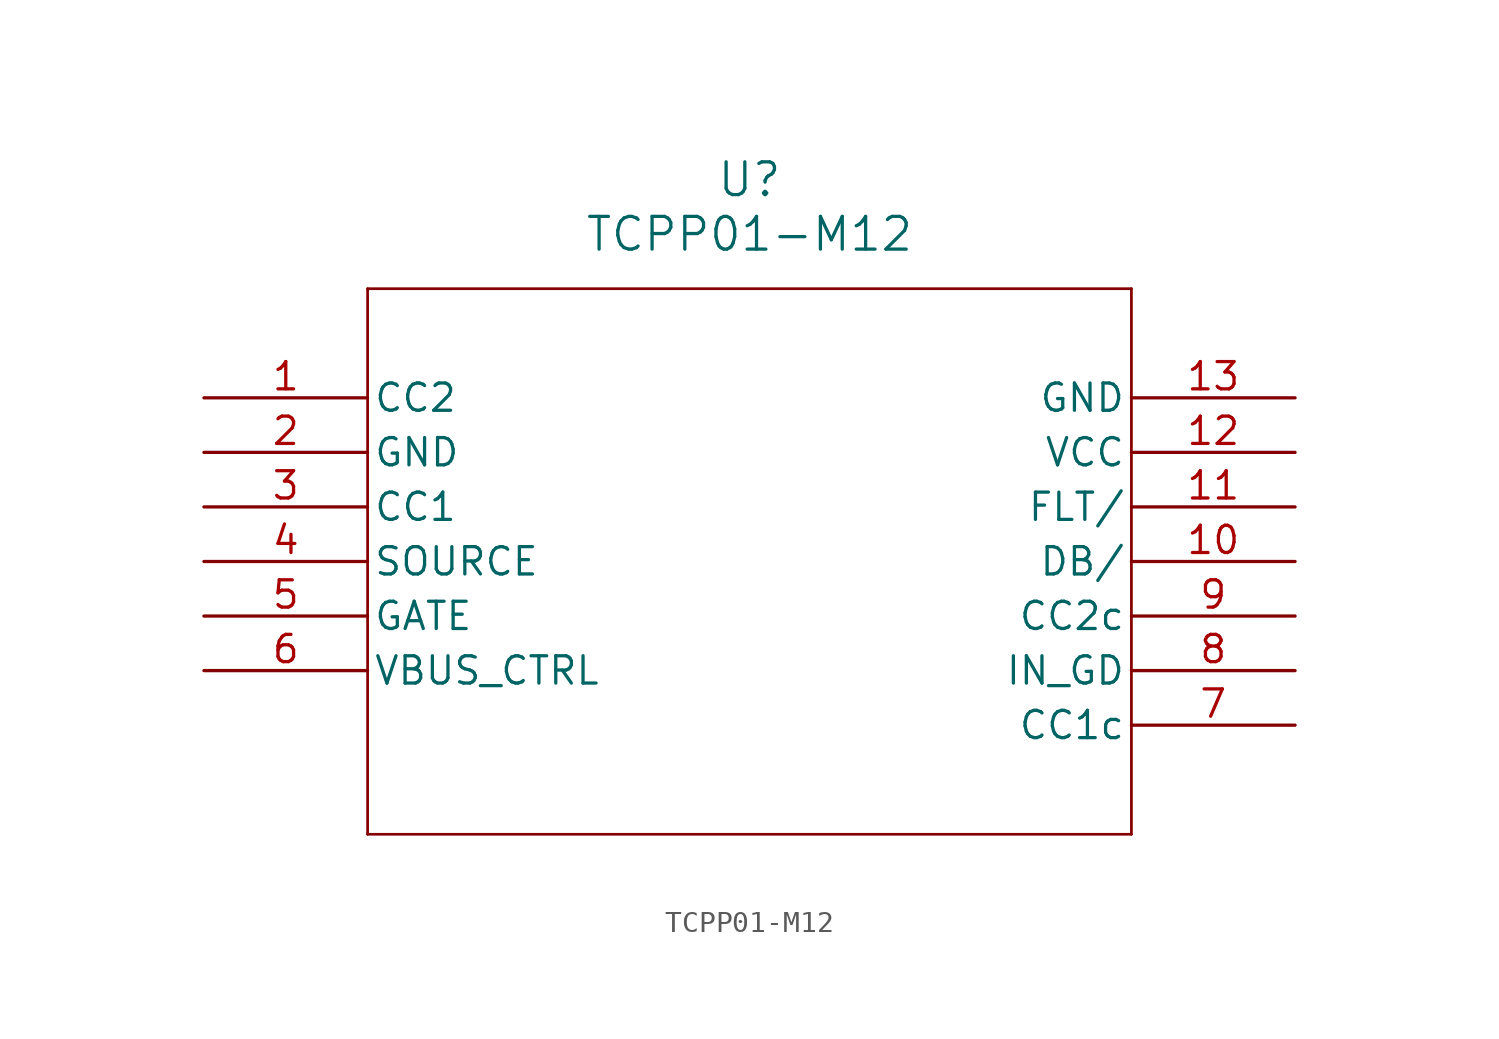
<source format=kicad_sym>
(kicad_symbol_lib
  (version 20211014)
  (generator kicad_symbol_editor)
  (symbol "TCPP01-M12"
    (pin_names
      (offset 0.254))
    (property "Reference" "U"
      (at 25.4 10.16 0)
      (effects (font (size 1.524 1.524))))
    (property "Value" "TCPP01-M12"
      (at 25.4 7.62 0)
      (effects (font (size 1.524 1.524))))
    (symbol "TCPP01-M12_0_1"
      (polyline (pts (xy 7.62 5.08) (xy 7.62 -20.32)) (stroke (width 0.127) (type default) (color 0 0 0 0)) (fill (type none)))
      (polyline (pts (xy 7.62 -20.32) (xy 43.18 -20.32)) (stroke (width 0.127) (type default) (color 0 0 0 0)) (fill (type none)))
      (polyline (pts (xy 43.18 -20.32) (xy 43.18 5.08)) (stroke (width 0.127) (type default) (color 0 0 0 0)) (fill (type none)))
      (polyline (pts (xy 43.18 5.08) (xy 7.62 5.08)) (stroke (width 0.127) (type default) (color 0 0 0 0)) (fill (type none)))
      (pin bidirectional line (at 0 0 0) (length 7.62) (name "CC2" (effects (font (size 1.27 1.27)))) (number "1" (effects (font (size 1.27 1.27)))))
      (pin power_out line (at 0 -2.54 0) (length 7.62) (name "GND" (effects (font (size 1.27 1.27)))) (number "2" (effects (font (size 1.27 1.27)))))
      (pin bidirectional line (at 0 -5.08 0) (length 7.62) (name "CC1" (effects (font (size 1.27 1.27)))) (number "3" (effects (font (size 1.27 1.27)))))
      (pin unspecified line (at 0 -7.62 0) (length 7.62) (name "SOURCE" (effects (font (size 1.27 1.27)))) (number "4" (effects (font (size 1.27 1.27)))))
      (pin unspecified line (at 0 -10.16 0) (length 7.62) (name "GATE" (effects (font (size 1.27 1.27)))) (number "5" (effects (font (size 1.27 1.27)))))
      (pin unspecified line (at 0 -12.7 0) (length 7.62) (name "VBUS_CTRL" (effects (font (size 1.27 1.27)))) (number "6" (effects (font (size 1.27 1.27)))))
      (pin bidirectional line (at 50.8 -15.24 180) (length 7.62) (name "CC1c" (effects (font (size 1.27 1.27)))) (number "7" (effects (font (size 1.27 1.27)))))
      (pin input line (at 50.8 -12.7 180) (length 7.62) (name "IN_GD" (effects (font (size 1.27 1.27)))) (number "8" (effects (font (size 1.27 1.27)))))
      (pin bidirectional line (at 50.8 -10.16 180) (length 7.62) (name "CC2c" (effects (font (size 1.27 1.27)))) (number "9" (effects (font (size 1.27 1.27)))))
      (pin unspecified line (at 50.8 -7.62 180) (length 7.62) (name "DB/" (effects (font (size 1.27 1.27)))) (number "10" (effects (font (size 1.27 1.27)))))
      (pin unspecified line (at 50.8 -5.08 180) (length 7.62) (name "FLT/" (effects (font (size 1.27 1.27)))) (number "11" (effects (font (size 1.27 1.27)))))
      (pin power_in line (at 50.8 -2.54 180) (length 7.62) (name "VCC" (effects (font (size 1.27 1.27)))) (number "12" (effects (font (size 1.27 1.27)))))
      (pin power_out line (at 50.8 0 180) (length 7.62) (name "GND" (effects (font (size 1.27 1.27)))) (number "13" (effects (font (size 1.27 1.27))))))))
</source>
